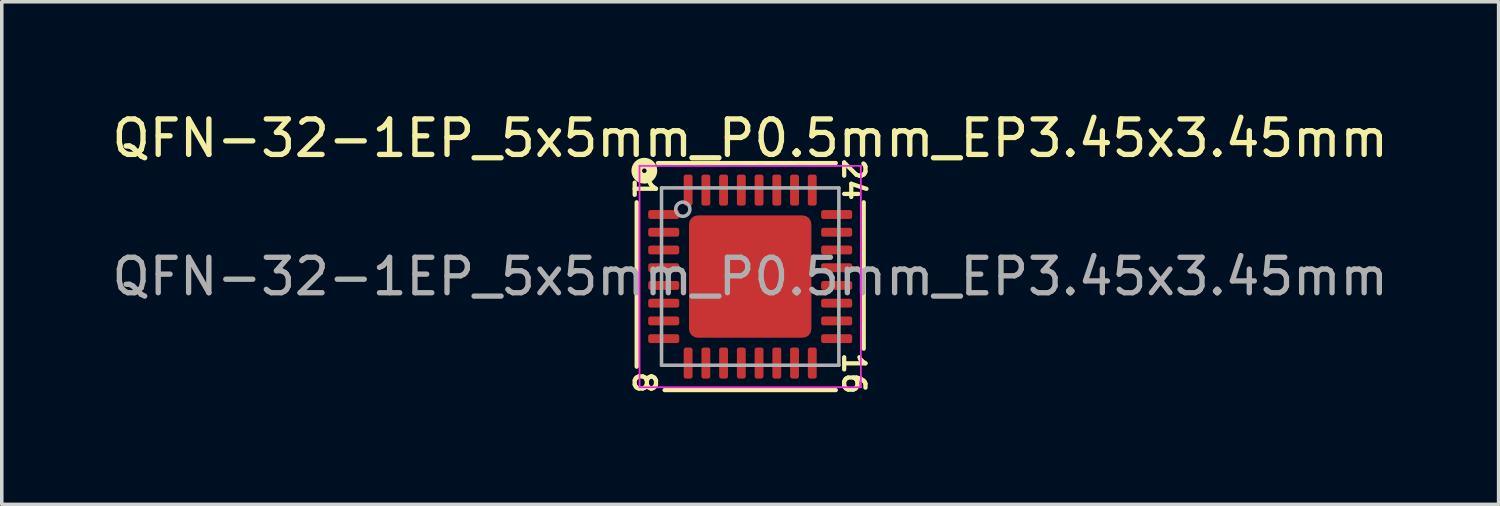
<source format=kicad_pcb>
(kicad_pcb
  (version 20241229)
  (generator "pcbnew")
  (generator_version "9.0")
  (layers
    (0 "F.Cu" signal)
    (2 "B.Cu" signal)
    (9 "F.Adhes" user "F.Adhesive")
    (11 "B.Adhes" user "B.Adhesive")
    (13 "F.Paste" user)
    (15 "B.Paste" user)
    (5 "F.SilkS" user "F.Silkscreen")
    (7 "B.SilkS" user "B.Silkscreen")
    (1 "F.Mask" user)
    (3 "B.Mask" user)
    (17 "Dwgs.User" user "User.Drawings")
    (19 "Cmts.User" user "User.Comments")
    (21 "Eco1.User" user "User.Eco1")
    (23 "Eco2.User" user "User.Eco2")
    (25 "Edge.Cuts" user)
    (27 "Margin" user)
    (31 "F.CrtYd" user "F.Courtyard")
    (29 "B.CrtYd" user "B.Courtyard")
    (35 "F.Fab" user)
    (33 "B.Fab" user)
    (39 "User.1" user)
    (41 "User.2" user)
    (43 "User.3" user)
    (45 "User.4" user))
  (footprint "QFN-32-1EP_5x5mm_P0.5mm_EP3.45x3.45mm"
    (layer "F.Cu")
    (at 18.101 4.748)
    (property "Reference" "QFN-32-1EP_5x5mm_P0.5mm_EP3.45x3.45mm" (at 0 -3.9 0) (layer "F.SilkS") (effects (font (size 1 1) (thickness 0.15))))
    (attr smd)
    (fp_line (start -3.2 -2.095) (end -3.2 2.54) (stroke (width 0.12) (type solid)) (layer "F.SilkS"))
    (fp_line (start -2.413 3.2) (end 2.413 3.2) (stroke (width 0.12) (type solid)) (layer "F.SilkS"))
    (fp_line (start 2.413 -3.2) (end -2.603 -3.2) (stroke (width 0.12) (type solid)) (layer "F.SilkS"))
    (fp_line (start 3.2 2.032) (end 3.2 -2.095) (stroke (width 0.12) (type solid)) (layer "F.SilkS"))
    (fp_circle (center -2.985 -2.985) (end -2.921 -2.985) (stroke (width 0.3) (type solid)) (fill no) (layer "F.SilkS"))
    (fp_line (start -3.12 -3.12) (end -3.12 3.12) (stroke (width 0.05) (type solid)) (layer "F.CrtYd"))
    (fp_line (start -3.12 3.12) (end 3.12 3.12) (stroke (width 0.05) (type solid)) (layer "F.CrtYd"))
    (fp_line (start 3.12 -3.12) (end -3.12 -3.12) (stroke (width 0.05) (type solid)) (layer "F.CrtYd"))
    (fp_line (start 3.12 3.12) (end 3.12 -3.12) (stroke (width 0.05) (type solid)) (layer "F.CrtYd"))
    (fp_line (start -2.5 -2.5) (end 2.5 -2.5) (stroke (width 0.1) (type solid)) (layer "F.Fab"))
    (fp_line (start -2.5 2.5) (end -2.5 -2.5) (stroke (width 0.1) (type solid)) (layer "F.Fab"))
    (fp_line (start 2.5 -2.5) (end 2.5 2.5) (stroke (width 0.1) (type solid)) (layer "F.Fab"))
    (fp_line (start 2.5 2.5) (end -2.5 2.5) (stroke (width 0.1) (type solid)) (layer "F.Fab"))
    (fp_circle (center -1.9 -1.9) (end -1.7 -1.9) (stroke (width 0.1) (type solid)) (fill no) (layer "F.Fab"))
    (fp_text user "1" (at -2.985 -2.477 270) (unlocked yes) (layer "F.SilkS") (effects (font (size 0.6 0.6) (thickness 0.12))))
    (fp_text user "16" (at 2.921 2.731 270) (unlocked yes) (layer "F.SilkS") (effects (font (size 0.6 0.6) (thickness 0.12))))
    (fp_text user "24" (at 2.921 -2.731 270) (unlocked yes) (layer "F.SilkS") (effects (font (size 0.6 0.6) (thickness 0.12))))
    (fp_text user "8" (at -2.985 2.985 270) (unlocked yes) (layer "F.SilkS") (effects (font (size 0.6 0.6) (thickness 0.12))))
    (fp_text user "${REFERENCE}" (at 0 0 0) (layer "F.Fab") (effects (font (size 1 1) (thickness 0.15))))
    (pad "" smd roundrect (at -1.15 -1.15) (size 0.93 0.93) (layers "F.Paste") (roundrect_rratio 0.25))
    (pad "" smd roundrect (at -1.15 0) (size 0.93 0.93) (layers "F.Paste") (roundrect_rratio 0.25))
    (pad "" smd roundrect (at -1.15 1.15) (size 0.93 0.93) (layers "F.Paste") (roundrect_rratio 0.25))
    (pad "" smd roundrect (at 0 -1.15) (size 0.93 0.93) (layers "F.Paste") (roundrect_rratio 0.25))
    (pad "" smd roundrect (at 0 0) (size 0.93 0.93) (layers "F.Paste") (roundrect_rratio 0.25))
    (pad "" smd roundrect (at 0 1.15) (size 0.93 0.93) (layers "F.Paste") (roundrect_rratio 0.25))
    (pad "" smd roundrect (at 1.15 -1.15) (size 0.93 0.93) (layers "F.Paste") (roundrect_rratio 0.25))
    (pad "" smd roundrect (at 1.15 0) (size 0.93 0.93) (layers "F.Paste") (roundrect_rratio 0.25))
    (pad "" smd roundrect (at 1.15 1.15) (size 0.93 0.93) (layers "F.Paste") (roundrect_rratio 0.25))
    (pad "1" smd roundrect (at -2.438 -1.75) (size 0.875 0.25) (layers "F.Cu" "F.Mask" "F.Paste") (roundrect_rratio 0.25))
    (pad "2" smd roundrect (at -2.438 -1.25) (size 0.875 0.25) (layers "F.Cu" "F.Mask" "F.Paste") (roundrect_rratio 0.25))
    (pad "3" smd roundrect (at -2.438 -0.75) (size 0.875 0.25) (layers "F.Cu" "F.Mask" "F.Paste") (roundrect_rratio 0.25))
    (pad "4" smd roundrect (at -2.438 -0.25) (size 0.875 0.25) (layers "F.Cu" "F.Mask" "F.Paste") (roundrect_rratio 0.25))
    (pad "5" smd roundrect (at -2.438 0.25) (size 0.875 0.25) (layers "F.Cu" "F.Mask" "F.Paste") (roundrect_rratio 0.25))
    (pad "6" smd roundrect (at -2.438 0.75) (size 0.875 0.25) (layers "F.Cu" "F.Mask" "F.Paste") (roundrect_rratio 0.25))
    (pad "7" smd roundrect (at -2.438 1.25) (size 0.875 0.25) (layers "F.Cu" "F.Mask" "F.Paste") (roundrect_rratio 0.25))
    (pad "8" smd roundrect (at -2.438 1.75) (size 0.875 0.25) (layers "F.Cu" "F.Mask" "F.Paste") (roundrect_rratio 0.25))
    (pad "9" smd roundrect (at -1.75 2.438) (size 0.25 0.875) (layers "F.Cu" "F.Mask" "F.Paste") (roundrect_rratio 0.25))
    (pad "10" smd roundrect (at -1.25 2.438) (size 0.25 0.875) (layers "F.Cu" "F.Mask" "F.Paste") (roundrect_rratio 0.25))
    (pad "11" smd roundrect (at -0.75 2.438) (size 0.25 0.875) (layers "F.Cu" "F.Mask" "F.Paste") (roundrect_rratio 0.25))
    (pad "12" smd roundrect (at -0.25 2.438) (size 0.25 0.875) (layers "F.Cu" "F.Mask" "F.Paste") (roundrect_rratio 0.25))
    (pad "13" smd roundrect (at 0.25 2.438) (size 0.25 0.875) (layers "F.Cu" "F.Mask" "F.Paste") (roundrect_rratio 0.25))
    (pad "14" smd roundrect (at 0.75 2.438) (size 0.25 0.875) (layers "F.Cu" "F.Mask" "F.Paste") (roundrect_rratio 0.25))
    (pad "15" smd roundrect (at 1.25 2.438) (size 0.25 0.875) (layers "F.Cu" "F.Mask" "F.Paste") (roundrect_rratio 0.25))
    (pad "16" smd roundrect (at 1.75 2.438) (size 0.25 0.875) (layers "F.Cu" "F.Mask" "F.Paste") (roundrect_rratio 0.25))
    (pad "17" smd roundrect (at 2.438 1.75) (size 0.875 0.25) (layers "F.Cu" "F.Mask" "F.Paste") (roundrect_rratio 0.25))
    (pad "18" smd roundrect (at 2.438 1.25) (size 0.875 0.25) (layers "F.Cu" "F.Mask" "F.Paste") (roundrect_rratio 0.25))
    (pad "19" smd roundrect (at 2.438 0.75) (size 0.875 0.25) (layers "F.Cu" "F.Mask" "F.Paste") (roundrect_rratio 0.25))
    (pad "20" smd roundrect (at 2.438 0.25) (size 0.875 0.25) (layers "F.Cu" "F.Mask" "F.Paste") (roundrect_rratio 0.25))
    (pad "21" smd roundrect (at 2.438 -0.25) (size 0.875 0.25) (layers "F.Cu" "F.Mask" "F.Paste") (roundrect_rratio 0.25))
    (pad "22" smd roundrect (at 2.438 -0.75) (size 0.875 0.25) (layers "F.Cu" "F.Mask" "F.Paste") (roundrect_rratio 0.25))
    (pad "23" smd roundrect (at 2.438 -1.25) (size 0.875 0.25) (layers "F.Cu" "F.Mask" "F.Paste") (roundrect_rratio 0.25))
    (pad "24" smd roundrect (at 2.438 -1.75) (size 0.875 0.25) (layers "F.Cu" "F.Mask" "F.Paste") (roundrect_rratio 0.25))
    (pad "25" smd roundrect (at 1.75 -2.438) (size 0.25 0.875) (layers "F.Cu" "F.Mask" "F.Paste") (roundrect_rratio 0.25))
    (pad "26" smd roundrect (at 1.25 -2.438) (size 0.25 0.875) (layers "F.Cu" "F.Mask" "F.Paste") (roundrect_rratio 0.25))
    (pad "27" smd roundrect (at 0.75 -2.438) (size 0.25 0.875) (layers "F.Cu" "F.Mask" "F.Paste") (roundrect_rratio 0.25))
    (pad "28" smd roundrect (at 0.25 -2.438) (size 0.25 0.875) (layers "F.Cu" "F.Mask" "F.Paste") (roundrect_rratio 0.25))
    (pad "29" smd roundrect (at -0.25 -2.438) (size 0.25 0.875) (layers "F.Cu" "F.Mask" "F.Paste") (roundrect_rratio 0.25))
    (pad "30" smd roundrect (at -0.75 -2.438) (size 0.25 0.875) (layers "F.Cu" "F.Mask" "F.Paste") (roundrect_rratio 0.25))
    (pad "31" smd roundrect (at -1.25 -2.438) (size 0.25 0.875) (layers "F.Cu" "F.Mask" "F.Paste") (roundrect_rratio 0.25))
    (pad "32" smd roundrect (at -1.75 -2.438) (size 0.25 0.875) (layers "F.Cu" "F.Mask" "F.Paste") (roundrect_rratio 0.25))
    (pad "33" smd roundrect (at 0 0) (size 3.45 3.45) (layers "F.Cu" "F.Mask") (roundrect_rratio 0.072)))
  (gr_rect
    (start -3 -3)
    (end 39.202 11.17)
    (stroke (width 0.1) (type default))
    (fill no)
    (layer "Edge.Cuts")))
</source>
